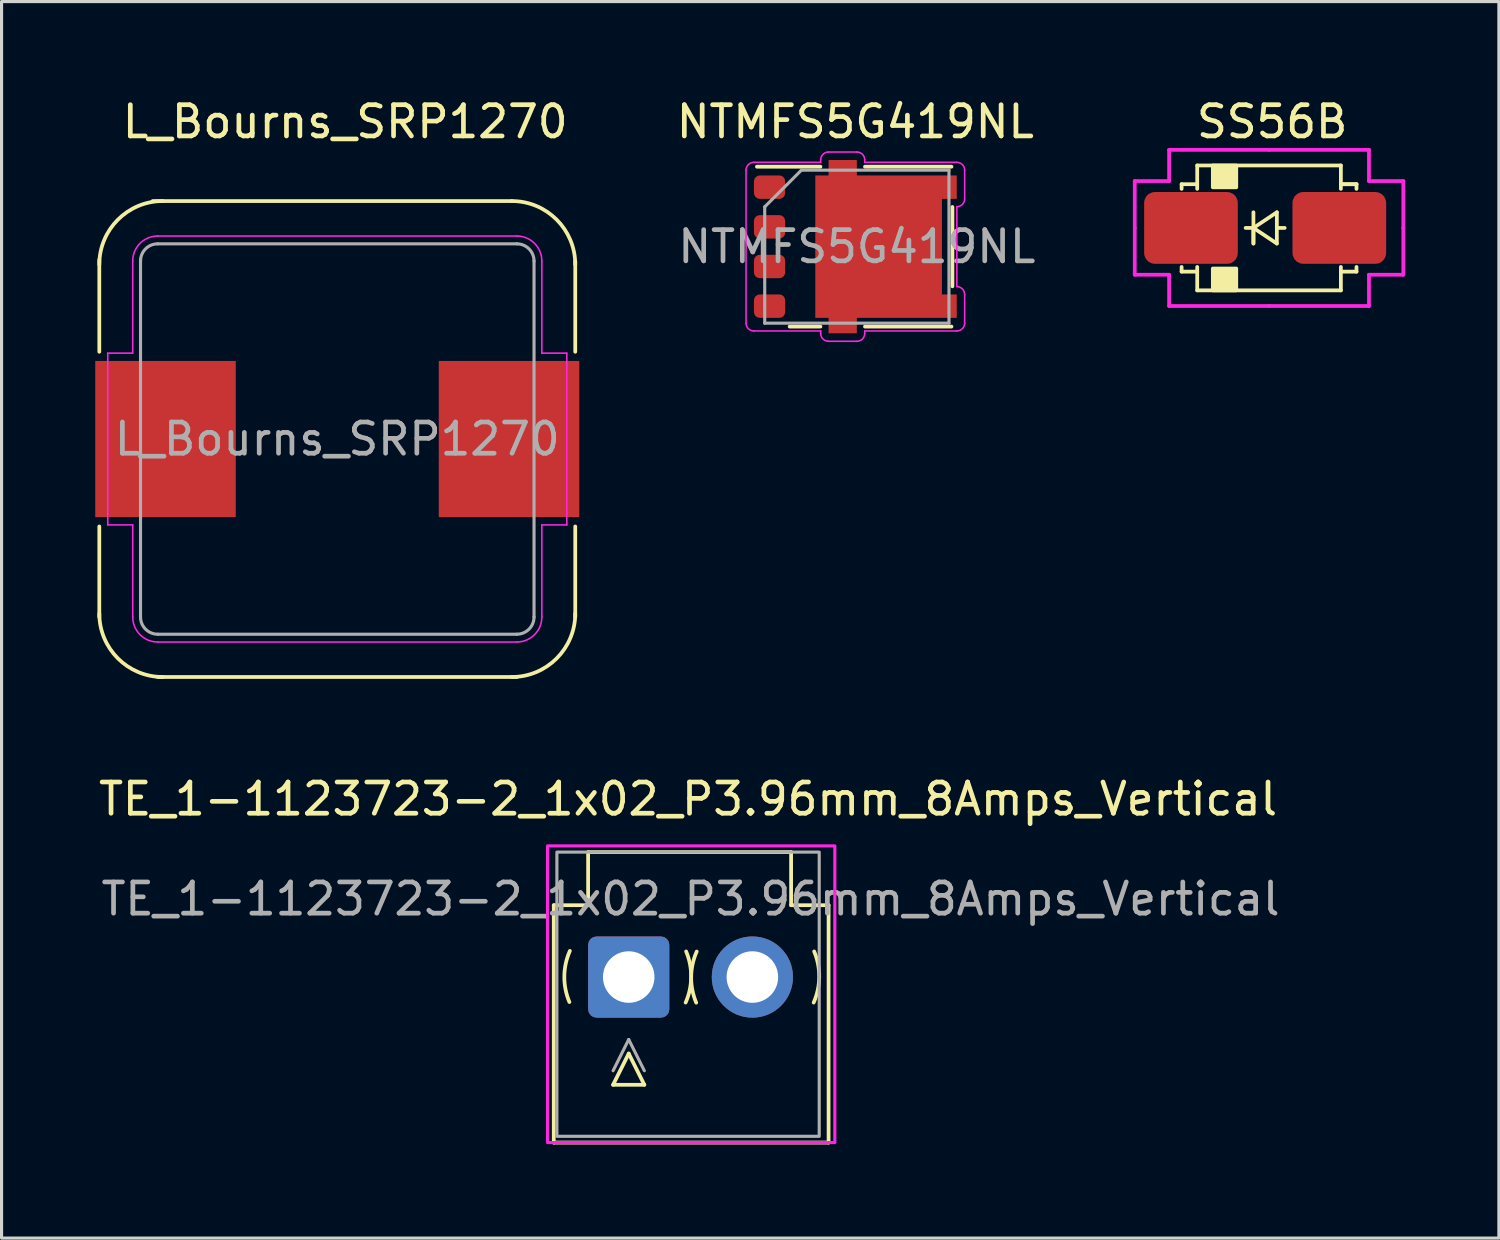
<source format=kicad_pcb>
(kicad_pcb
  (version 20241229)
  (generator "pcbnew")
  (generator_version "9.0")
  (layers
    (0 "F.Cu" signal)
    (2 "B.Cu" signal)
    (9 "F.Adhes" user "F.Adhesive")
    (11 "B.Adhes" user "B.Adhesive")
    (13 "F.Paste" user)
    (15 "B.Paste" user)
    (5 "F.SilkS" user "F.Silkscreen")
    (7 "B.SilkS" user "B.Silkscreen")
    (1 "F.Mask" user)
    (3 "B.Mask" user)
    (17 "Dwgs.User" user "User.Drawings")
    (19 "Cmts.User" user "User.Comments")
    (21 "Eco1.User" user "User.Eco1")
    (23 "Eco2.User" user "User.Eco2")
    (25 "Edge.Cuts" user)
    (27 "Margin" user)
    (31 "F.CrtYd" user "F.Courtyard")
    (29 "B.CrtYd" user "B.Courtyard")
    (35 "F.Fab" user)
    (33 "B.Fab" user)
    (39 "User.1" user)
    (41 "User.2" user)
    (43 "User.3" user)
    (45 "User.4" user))
  (footprint "SS56B"
    (layer "F.Cu")
    (at 37.586 4.248)
    (property "Reference" "SS56B" (at 0.1 -3.4 0) (unlocked yes) (layer "F.SilkS") (effects (font (size 1 1) (thickness 0.15))))
    (attr smd)
    (fp_line (start -2.8 -1.4) (end -2.8 -1.25) (stroke (width 0.12) (type solid)) (layer "F.SilkS"))
    (fp_line (start -2.8 1.4) (end -2.8 1.25) (stroke (width 0.12) (type solid)) (layer "F.SilkS"))
    (fp_line (start -2.8 1.4) (end -2.3 1.4) (stroke (width 0.12) (type solid)) (layer "F.SilkS"))
    (fp_line (start -2.3 -2) (end -2.3 -1.25) (stroke (width 0.12) (type solid)) (layer "F.SilkS"))
    (fp_line (start -2.3 -2) (end 2.3 -2) (stroke (width 0.12) (type solid)) (layer "F.SilkS"))
    (fp_line (start -2.3 -1.4) (end -2.8 -1.4) (stroke (width 0.12) (type solid)) (layer "F.SilkS"))
    (fp_line (start -2.3 1.25) (end -2.3 2) (stroke (width 0.12) (type solid)) (layer "F.SilkS"))
    (fp_line (start -2.3 2) (end 2.3 2) (stroke (width 0.12) (type solid)) (layer "F.SilkS"))
    (fp_line (start -0.5 -0.5) (end -0.5 0.5) (stroke (width 0.12) (type solid)) (layer "F.SilkS"))
    (fp_line (start -0.5 0) (end -0.75 0) (stroke (width 0.12) (type solid)) (layer "F.SilkS"))
    (fp_line (start -0.5 0) (end 0.25 -0.5) (stroke (width 0.12) (type solid)) (layer "F.SilkS"))
    (fp_line (start -0.5 0.5) (end -0.5 0) (stroke (width 0.12) (type solid)) (layer "F.SilkS"))
    (fp_line (start 0.25 -0.5) (end 0.25 0.5) (stroke (width 0.12) (type solid)) (layer "F.SilkS"))
    (fp_line (start 0.25 0) (end 0.5 0) (stroke (width 0.12) (type solid)) (layer "F.SilkS"))
    (fp_line (start 0.25 0.5) (end -0.5 0) (stroke (width 0.12) (type solid)) (layer "F.SilkS"))
    (fp_line (start 2.3 -2) (end 2.3 -1.25) (stroke (width 0.12) (type solid)) (layer "F.SilkS"))
    (fp_line (start 2.3 -1.4) (end 2.8 -1.4) (stroke (width 0.12) (type solid)) (layer "F.SilkS"))
    (fp_line (start 2.3 -1.4) (end 2.8 -1.4) (stroke (width 0.12) (type solid)) (layer "F.SilkS"))
    (fp_line (start 2.3 2) (end 2.3 1.25) (stroke (width 0.12) (type solid)) (layer "F.SilkS"))
    (fp_line (start 2.8 -1.4) (end 2.8 -1.25) (stroke (width 0.12) (type solid)) (layer "F.SilkS"))
    (fp_line (start 2.8 1.4) (end 2.3 1.4) (stroke (width 0.12) (type solid)) (layer "F.SilkS"))
    (fp_line (start 2.8 1.4) (end 2.8 1.25) (stroke (width 0.12) (type solid)) (layer "F.SilkS"))
    (fp_rect (start -1.8 -2) (end -1.05 -1.3) (stroke (width 0.12) (type solid)) (fill yes) (layer "F.SilkS"))
    (fp_rect (start -1.8 1.3) (end -1.05 2) (stroke (width 0.12) (type solid)) (fill yes) (layer "F.SilkS"))
    (fp_line (start -4.3 -1.5) (end -4.3 0) (stroke (width 0.12) (type solid)) (layer "F.CrtYd"))
    (fp_line (start -4.3 -1.5) (end -3.2 -1.5) (stroke (width 0.12) (type solid)) (layer "F.CrtYd"))
    (fp_line (start -4.3 1.5) (end -4.3 0) (stroke (width 0.12) (type solid)) (layer "F.CrtYd"))
    (fp_line (start -4.3 1.5) (end -3.2 1.5) (stroke (width 0.12) (type solid)) (layer "F.CrtYd"))
    (fp_line (start -3.2 -2.5) (end 0 -2.5) (stroke (width 0.12) (type solid)) (layer "F.CrtYd"))
    (fp_line (start -3.2 -1.5) (end -3.2 -2.5) (stroke (width 0.12) (type solid)) (layer "F.CrtYd"))
    (fp_line (start -3.2 1.5) (end -3.2 2.5) (stroke (width 0.12) (type solid)) (layer "F.CrtYd"))
    (fp_line (start -3.2 2.5) (end 0 2.5) (stroke (width 0.12) (type solid)) (layer "F.CrtYd"))
    (fp_line (start 3.2 -2.5) (end 0 -2.5) (stroke (width 0.12) (type solid)) (layer "F.CrtYd"))
    (fp_line (start 3.2 -1.5) (end 3.2 -2.5) (stroke (width 0.12) (type solid)) (layer "F.CrtYd"))
    (fp_line (start 3.2 1.5) (end 3.2 2.5) (stroke (width 0.12) (type solid)) (layer "F.CrtYd"))
    (fp_line (start 3.2 2.5) (end 0 2.5) (stroke (width 0.12) (type solid)) (layer "F.CrtYd"))
    (fp_line (start 4.3 -1.5) (end 3.2 -1.5) (stroke (width 0.12) (type solid)) (layer "F.CrtYd"))
    (fp_line (start 4.3 -1.5) (end 4.3 0) (stroke (width 0.12) (type solid)) (layer "F.CrtYd"))
    (fp_line (start 4.3 1.5) (end 3.2 1.5) (stroke (width 0.12) (type solid)) (layer "F.CrtYd"))
    (fp_line (start 4.3 1.5) (end 4.3 0) (stroke (width 0.12) (type solid)) (layer "F.CrtYd"))
    (pad "1" smd roundrect (at -2.5 0) (size 3 2.3) (layers "F.Cu" "F.Mask" "F.Paste") (roundrect_rratio 0.15))
    (pad "2" smd roundrect (at 2.25 0) (size 3 2.3) (layers "F.Cu" "F.Mask" "F.Paste") (roundrect_rratio 0.15)))
  (footprint "NTMFS5G419NL"
    (layer "F.Cu")
    (at 24.339 4.848)
    (property "Reference" "NTMFS5G419NL" (at 0 -4 180) (layer "F.SilkS") (effects (font (size 1 1) (thickness 0.15))))
    (attr smd)
    (fp_line (start -1.118 -2.56) (end -3.152 -2.56) (stroke (width 0.12) (type solid)) (layer "F.SilkS"))
    (fp_line (start -1.118 2.56) (end -2.103 2.56) (stroke (width 0.12) (type solid)) (layer "F.SilkS"))
    (fp_line (start 3.078 -2.56) (end 0.308 -2.56) (stroke (width 0.12) (type solid)) (layer "F.SilkS"))
    (fp_line (start 3.078 2.56) (end 0.308 2.56) (stroke (width 0.12) (type solid)) (layer "F.SilkS"))
    (fp_line (start 3.108 -1.27) (end 3.108 1.27) (stroke (width 0.12) (type solid)) (layer "F.SilkS"))
    (fp_line (start -3.5 2.45) (end -3.5 -2.45) (stroke (width 0.05) (type solid)) (layer "F.CrtYd"))
    (fp_line (start -3.25 -2.7) (end -1.11 -2.7) (stroke (width 0.05) (type solid)) (layer "F.CrtYd"))
    (fp_line (start -3.25 2.7) (end -1.11 2.7) (stroke (width 0.05) (type solid)) (layer "F.CrtYd"))
    (fp_line (start -1.11 -2.78) (end -1.11 -2.7) (stroke (width 0.05) (type solid)) (layer "F.CrtYd"))
    (fp_line (start -1.11 2.7) (end -1.11 2.78) (stroke (width 0.05) (type solid)) (layer "F.CrtYd"))
    (fp_line (start -0.86 -3.03) (end 0.05 -3.03) (stroke (width 0.05) (type solid)) (layer "F.CrtYd"))
    (fp_line (start -0.86 3.03) (end 0.05 3.03) (stroke (width 0.05) (type solid)) (layer "F.CrtYd"))
    (fp_line (start 0.3 -2.7) (end 0.3 -2.78) (stroke (width 0.05) (type solid)) (layer "F.CrtYd"))
    (fp_line (start 0.3 -2.7) (end 3.25 -2.7) (stroke (width 0.05) (type solid)) (layer "F.CrtYd"))
    (fp_line (start 0.3 2.7) (end 3.25 2.7) (stroke (width 0.05) (type solid)) (layer "F.CrtYd"))
    (fp_line (start 0.3 2.78) (end 0.3 2.7) (stroke (width 0.05) (type solid)) (layer "F.CrtYd"))
    (fp_line (start 3.25 1.28) (end 3.25 -1.28) (stroke (width 0.05) (type solid)) (layer "F.CrtYd"))
    (fp_line (start 3.5 -1.53) (end 3.5 -2.45) (stroke (width 0.05) (type solid)) (layer "F.CrtYd"))
    (fp_line (start 3.5 2.45) (end 3.5 1.53) (stroke (width 0.05) (type solid)) (layer "F.CrtYd"))
    (fp_arc (start -3.5 -2.45) (mid -3.426777 -2.626777) (end -3.25 -2.7) (stroke (width 0.05) (type solid)) (layer "F.CrtYd"))
    (fp_arc (start -3.25 2.7) (mid -3.426777 2.626777) (end -3.5 2.45) (stroke (width 0.05) (type solid)) (layer "F.CrtYd"))
    (fp_arc (start -1.11 -2.78) (mid -1.036777 -2.956777) (end -0.86 -3.03) (stroke (width 0.05) (type solid)) (layer "F.CrtYd"))
    (fp_arc (start -0.86 3.03) (mid -1.036777 2.956777) (end -1.11 2.78) (stroke (width 0.05) (type solid)) (layer "F.CrtYd"))
    (fp_arc (start 0.05 -3.03) (mid 0.226777 -2.956777) (end 0.3 -2.78) (stroke (width 0.05) (type solid)) (layer "F.CrtYd"))
    (fp_arc (start 0.3 2.78) (mid 0.226777 2.956777) (end 0.05 3.03) (stroke (width 0.05) (type solid)) (layer "F.CrtYd"))
    (fp_arc (start 3.25 -2.7) (mid 3.426777 -2.626777) (end 3.5 -2.45) (stroke (width 0.05) (type solid)) (layer "F.CrtYd"))
    (fp_arc (start 3.25 1.28) (mid 3.426777 1.353223) (end 3.5 1.53) (stroke (width 0.05) (type solid)) (layer "F.CrtYd"))
    (fp_arc (start 3.5 -1.53) (mid 3.426777 -1.353223) (end 3.25 -1.28) (stroke (width 0.05) (type solid)) (layer "F.CrtYd"))
    (fp_arc (start 3.5 2.45) (mid 3.426777 2.626777) (end 3.25 2.7) (stroke (width 0.05) (type solid)) (layer "F.CrtYd"))
    (fp_line (start -2.902 -1.275) (end -2.902 2.45) (stroke (width 0.1) (type solid)) (layer "F.Fab"))
    (fp_line (start -1.727 -2.45) (end -2.902 -1.275) (stroke (width 0.1) (type solid)) (layer "F.Fab"))
    (fp_line (start 2.998 -2.45) (end -1.727 -2.45) (stroke (width 0.1) (type solid)) (layer "F.Fab"))
    (fp_line (start 2.998 -2.45) (end 2.998 2.45) (stroke (width 0.1) (type solid)) (layer "F.Fab"))
    (fp_line (start 2.998 2.45) (end -2.902 2.45) (stroke (width 0.1) (type solid)) (layer "F.Fab"))
    (fp_text user "${REFERENCE}" (at 0.048 0 180) (layer "F.Fab") (effects (font (size 1 1) (thickness 0.15))))
    (pad "1" smd roundrect (at -2.747 -1.905) (size 1 0.75) (layers "F.Cu" "F.Mask" "F.Paste") (roundrect_rratio 0.25))
    (pad "2" smd roundrect (at -2.747 -0.635) (size 1 0.75) (layers "F.Cu" "F.Mask" "F.Paste") (roundrect_rratio 0.25))
    (pad "3" smd roundrect (at -2.747 0.635) (size 1 0.75) (layers "F.Cu" "F.Mask" "F.Paste") (roundrect_rratio 0.25))
    (pad "4" smd roundrect (at -2.747 1.905) (size 1 0.75) (layers "F.Cu" "F.Mask" "F.Paste") (roundrect_rratio 0.25))
    (pad "5" smd custom (at 0.745 0) (size 4.055 4.56) (layers "F.Cu" "F.Mask" "F.Paste") (options (anchor rect)) (primitives (gr_poly (pts (xy -0.698 -2.28) (xy 2.502 -2.28) (xy 2.502 -1.53) (xy 1.905 -1.53) (xy 1.905 1.53) (xy 2.502 1.53) (xy 2.502 2.28) (xy -0.698 2.28) (xy -0.698 2.775) (xy -1.603 2.775) (xy -1.603 -2.775) (xy -0.698 -2.775)) (width 0) (fill yes)))))
  (footprint "L_Bourns_SRP1270"
    (layer "F.Cu")
    (at 7.75 11.008)
    (property "Reference" "L_Bourns_SRP1270" (at 0.254 -10.16 180) (layer "F.SilkS") (effects (font (size 1 1) (thickness 0.15))))
    (attr smd)
    (fp_line (start -7.62 -5.744) (end -7.62 -2.794) (stroke (width 0.12) (type solid)) (layer "F.SilkS"))
    (fp_line (start -7.62 2.8) (end -7.62 5.7) (stroke (width 0.12) (type solid)) (layer "F.SilkS"))
    (fp_line (start 5.588 -7.62) (end -5.912 -7.62) (stroke (width 0.12) (type solid)) (layer "F.SilkS"))
    (fp_line (start 5.75 7.62) (end -5.75 7.62) (stroke (width 0.12) (type solid)) (layer "F.SilkS"))
    (fp_line (start 7.62 -5.694) (end 7.62 -2.794) (stroke (width 0.12) (type solid)) (layer "F.SilkS"))
    (fp_line (start 7.62 2.8) (end 7.62 5.7) (stroke (width 0.12) (type solid)) (layer "F.SilkS"))
    (fp_arc (start -7.62 -5.588) (mid -7.024841 -7.024841) (end -5.588 -7.62) (stroke (width 0.12) (type solid)) (layer "F.SilkS"))
    (fp_arc (start -5.588 7.62) (mid -7.024841 7.024841) (end -7.62 5.588) (stroke (width 0.12) (type solid)) (layer "F.SilkS"))
    (fp_arc (start 5.588 -7.62) (mid 7.024841 -7.024841) (end 7.62 -5.588) (stroke (width 0.12) (type solid)) (layer "F.SilkS"))
    (fp_arc (start 7.62 5.588) (mid 7.024841 7.024841) (end 5.588 7.62) (stroke (width 0.12) (type solid)) (layer "F.SilkS"))
    (fp_line (start -7.35 -2.75) (end -6.55 -2.75) (stroke (width 0.05) (type solid)) (layer "F.CrtYd"))
    (fp_line (start -7.35 2.75) (end -7.35 -2.75) (stroke (width 0.05) (type solid)) (layer "F.CrtYd"))
    (fp_line (start -7.35 2.75) (end -6.55 2.75) (stroke (width 0.05) (type solid)) (layer "F.CrtYd"))
    (fp_line (start -6.55 -2.75) (end -6.55 -5.7) (stroke (width 0.05) (type solid)) (layer "F.CrtYd"))
    (fp_line (start -6.55 5.7) (end -6.55 2.75) (stroke (width 0.05) (type solid)) (layer "F.CrtYd"))
    (fp_line (start -5.75 -6.5) (end 5.75 -6.5) (stroke (width 0.05) (type solid)) (layer "F.CrtYd"))
    (fp_line (start 5.75 6.5) (end -5.75 6.5) (stroke (width 0.05) (type solid)) (layer "F.CrtYd"))
    (fp_line (start 6.55 -5.7) (end 6.55 -2.75) (stroke (width 0.05) (type solid)) (layer "F.CrtYd"))
    (fp_line (start 6.55 2.75) (end 6.55 5.7) (stroke (width 0.05) (type solid)) (layer "F.CrtYd"))
    (fp_line (start 7.35 -2.75) (end 6.55 -2.75) (stroke (width 0.05) (type solid)) (layer "F.CrtYd"))
    (fp_line (start 7.35 -2.75) (end 7.35 2.75) (stroke (width 0.05) (type solid)) (layer "F.CrtYd"))
    (fp_line (start 7.35 2.75) (end 6.55 2.75) (stroke (width 0.05) (type solid)) (layer "F.CrtYd"))
    (fp_arc (start -6.55 -5.7) (mid -6.315685 -6.265685) (end -5.75 -6.5) (stroke (width 0.05) (type solid)) (layer "F.CrtYd"))
    (fp_arc (start -5.75 6.5) (mid -6.315685 6.265685) (end -6.55 5.7) (stroke (width 0.05) (type solid)) (layer "F.CrtYd"))
    (fp_arc (start 5.75 -6.5) (mid 6.315685 -6.265685) (end 6.55 -5.7) (stroke (width 0.05) (type solid)) (layer "F.CrtYd"))
    (fp_arc (start 6.55 5.7) (mid 6.315685 6.265685) (end 5.75 6.5) (stroke (width 0.05) (type solid)) (layer "F.CrtYd"))
    (fp_line (start -6.3 -5.75) (end -6.3 5.7) (stroke (width 0.1) (type solid)) (layer "F.Fab"))
    (fp_line (start -5.75 -6.25) (end 5.75 -6.25) (stroke (width 0.1) (type solid)) (layer "F.Fab"))
    (fp_line (start 5.75 6.25) (end -5.75 6.25) (stroke (width 0.1) (type solid)) (layer "F.Fab"))
    (fp_line (start 6.3 -5.7) (end 6.3 5.7) (stroke (width 0.1) (type solid)) (layer "F.Fab"))
    (fp_arc (start -6.3 -5.7) (mid -6.138909 -6.088909) (end -5.75 -6.25) (stroke (width 0.1) (type solid)) (layer "F.Fab"))
    (fp_arc (start -5.75 6.25) (mid -6.138909 6.088909) (end -6.3 5.7) (stroke (width 0.1) (type solid)) (layer "F.Fab"))
    (fp_arc (start 5.75 -6.25) (mid 6.138909 -6.088909) (end 6.3 -5.7) (stroke (width 0.1) (type solid)) (layer "F.Fab"))
    (fp_arc (start 6.3 5.7) (mid 6.138909 6.088909) (end 5.75 6.25) (stroke (width 0.1) (type solid)) (layer "F.Fab"))
    (fp_text user "${REFERENCE}" (at 0 0 180) (layer "F.Fab") (effects (font (size 1 1) (thickness 0.15))))
    (pad "1" smd rect (at -5.5 0) (size 4.5 5) (layers "F.Cu" "F.Mask" "F.Paste"))
    (pad "2" smd rect (at 5.5 0) (size 4.5 5) (layers "F.Cu" "F.Mask" "F.Paste")))
  (footprint "TE_1-1123723-2_1x02_P3.96mm_8Amps_Vertical"
    (layer "F.Cu")
    (at 17.082 28.236)
    (property "Reference" "TE_1-1123723-2_1x02_P3.96mm_8Amps_Vertical" (at 1.9 -5.7 0) (layer "F.SilkS") (effects (font (size 1 1) (thickness 0.15))))
    (attr through_hole)
    (fp_line (start -2.4 -2.3) (end -2.4 5.3) (stroke (width 0.12) (type solid)) (layer "F.SilkS"))
    (fp_line (start -2.4 -2.3) (end -1.3 -2.3) (stroke (width 0.12) (type solid)) (layer "F.SilkS"))
    (fp_line (start -1.3 -4) (end 5.2 -4) (stroke (width 0.12) (type solid)) (layer "F.SilkS"))
    (fp_line (start -1.3 -2.3) (end -1.3 -4) (stroke (width 0.12) (type solid)) (layer "F.SilkS"))
    (fp_line (start -0.5 3.45) (end 0 2.45) (stroke (width 0.12) (type solid)) (layer "F.SilkS"))
    (fp_line (start 0 2.45) (end 0.5 3.45) (stroke (width 0.12) (type solid)) (layer "F.SilkS"))
    (fp_line (start 0.5 3.45) (end -0.5 3.45) (stroke (width 0.12) (type solid)) (layer "F.SilkS"))
    (fp_line (start 5.2 -4) (end 5.2 -2.3) (stroke (width 0.12) (type solid)) (layer "F.SilkS"))
    (fp_line (start 5.2 -2.3) (end 6.4 -2.3) (stroke (width 0.12) (type solid)) (layer "F.SilkS"))
    (fp_line (start 6.4 -2.3) (end 6.4 5.3) (stroke (width 0.12) (type solid)) (layer "F.SilkS"))
    (fp_line (start 6.4 5.3) (end -2.4 5.3) (stroke (width 0.12) (type solid)) (layer "F.SilkS"))
    (fp_arc (start -1.899999 0.8) (mid -2.061452 -0.020308) (end -1.88387 -0.837276) (stroke (width 0.12) (type solid)) (layer "F.SilkS"))
    (fp_arc (start 1.838547 -0.820308) (mid 2 0) (end 1.822418 0.816968) (stroke (width 0.12) (type solid)) (layer "F.SilkS"))
    (fp_arc (start 2.161453 0.820308) (mid 2 0) (end 2.177582 -0.816968) (stroke (width 0.12) (type solid)) (layer "F.SilkS"))
    (fp_arc (start 5.938547 -0.820308) (mid 6.1 0) (end 5.922418 0.816968) (stroke (width 0.12) (type solid)) (layer "F.SilkS"))
    (fp_rect (start -2.6 -4.2) (end 6.6 5.3) (stroke (width 0.1) (type solid)) (fill no) (layer "F.CrtYd"))
    (fp_line (start -0.5 3) (end 0 2) (stroke (width 0.1) (type solid)) (layer "F.Fab"))
    (fp_line (start 0 2) (end 0.5 3) (stroke (width 0.1) (type solid)) (layer "F.Fab"))
    (fp_rect (start -2.3 -4) (end 6.1 5.1) (stroke (width 0.1) (type solid)) (fill no) (layer "F.Fab"))
    (fp_text user "${REFERENCE}" (at 1.98 -2.5 0) (layer "F.Fab") (effects (font (size 1 1) (thickness 0.15))))
    (pad "1" thru_hole roundrect (at 0 0) (size 2.6 2.6) (drill 1.65) (layers "*.Cu" "*.Mask") (roundrect_rratio 0.104))
    (pad "2" thru_hole circle (at 3.96 0) (size 2.6 2.6) (drill 1.65) (layers "*.Cu" "*.Mask")))
  (gr_rect
    (start -3 -3)
    (end 44.946 36.596)
    (stroke (width 0.1) (type default))
    (fill no)
    (layer "Edge.Cuts")))
</source>
